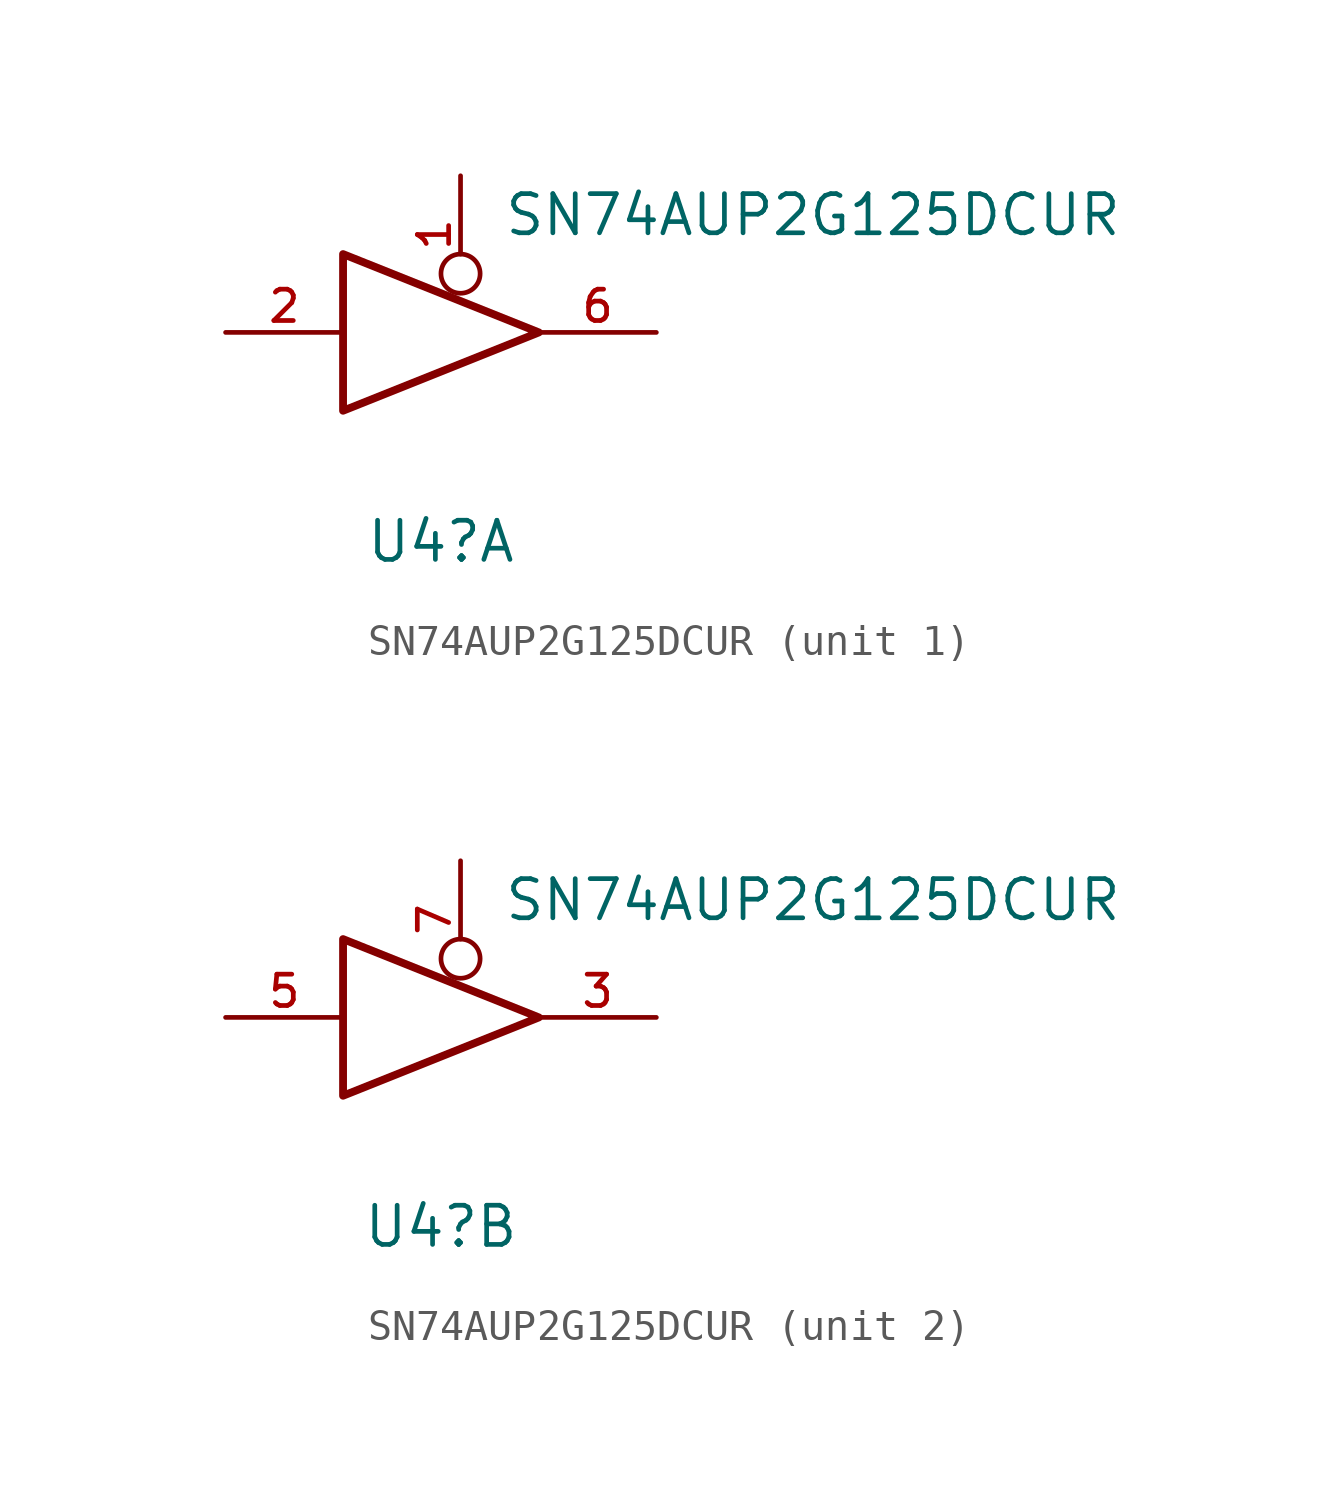
<source format=kicad_sym>
(kicad_symbol_lib
  (version 20220914)
  (generator kicad_symbol_editor)
  (symbol "SN74AUP2G125DCUR"
    (pin_names
      (offset 1.016))
    (property "Reference" "U4"
      (at -0.635 -6.782 0)
      (effects (font (size 1.27 1.27))))
    (property "Value" "SN74AUP2G125DCUR"
      (at 11.43 3.81 0)
      (effects (font (size 1.27 1.27))))
    (symbol "SN74AUP2G125DCUR_0_1"
      (polyline (pts (xy -3.81 2.54) (xy -3.81 -2.54) (xy 2.54 0) (xy -3.81 2.54)) (stroke (width 0.254) (type solid)) (fill (type none)))
      (pin power_in line (at 1.27 -1.27 270) (length 0) hide (name "GND" (effects (font (size 1.016 1.016)))) (number "4" (effects (font (size 1.016 1.016)))))
      (pin power_in line (at 1.27 1.27 90) (length 0) hide (name "VCC" (effects (font (size 1.016 1.016)))) (number "8" (effects (font (size 1.016 1.016))))))
    (symbol "SN74AUP2G125DCUR_1_1"
      (pin input inverted (at 0 5.08 270) (length 3.81) (name "~" (effects (font (size 1.016 1.016)))) (number "1" (effects (font (size 1.016 1.016)))))
      (pin input line (at -7.62 0 0) (length 3.81) (name "~" (effects (font (size 1.016 1.016)))) (number "2" (effects (font (size 1.016 1.016)))))
      (pin tri_state line (at 6.35 0 180) (length 3.81) (name "~" (effects (font (size 1.016 1.016)))) (number "6" (effects (font (size 1.016 1.016))))))
    (symbol "SN74AUP2G125DCUR_2_1"
      (pin tri_state line (at 6.35 0 180) (length 3.81) (name "~" (effects (font (size 1.016 1.016)))) (number "3" (effects (font (size 1.016 1.016)))))
      (pin input line (at -7.62 0 0) (length 3.81) (name "~" (effects (font (size 1.016 1.016)))) (number "5" (effects (font (size 1.016 1.016)))))
      (pin input inverted (at 0 5.08 270) (length 3.81) (name "~" (effects (font (size 1.016 1.016)))) (number "7" (effects (font (size 1.016 1.016))))))))
</source>
